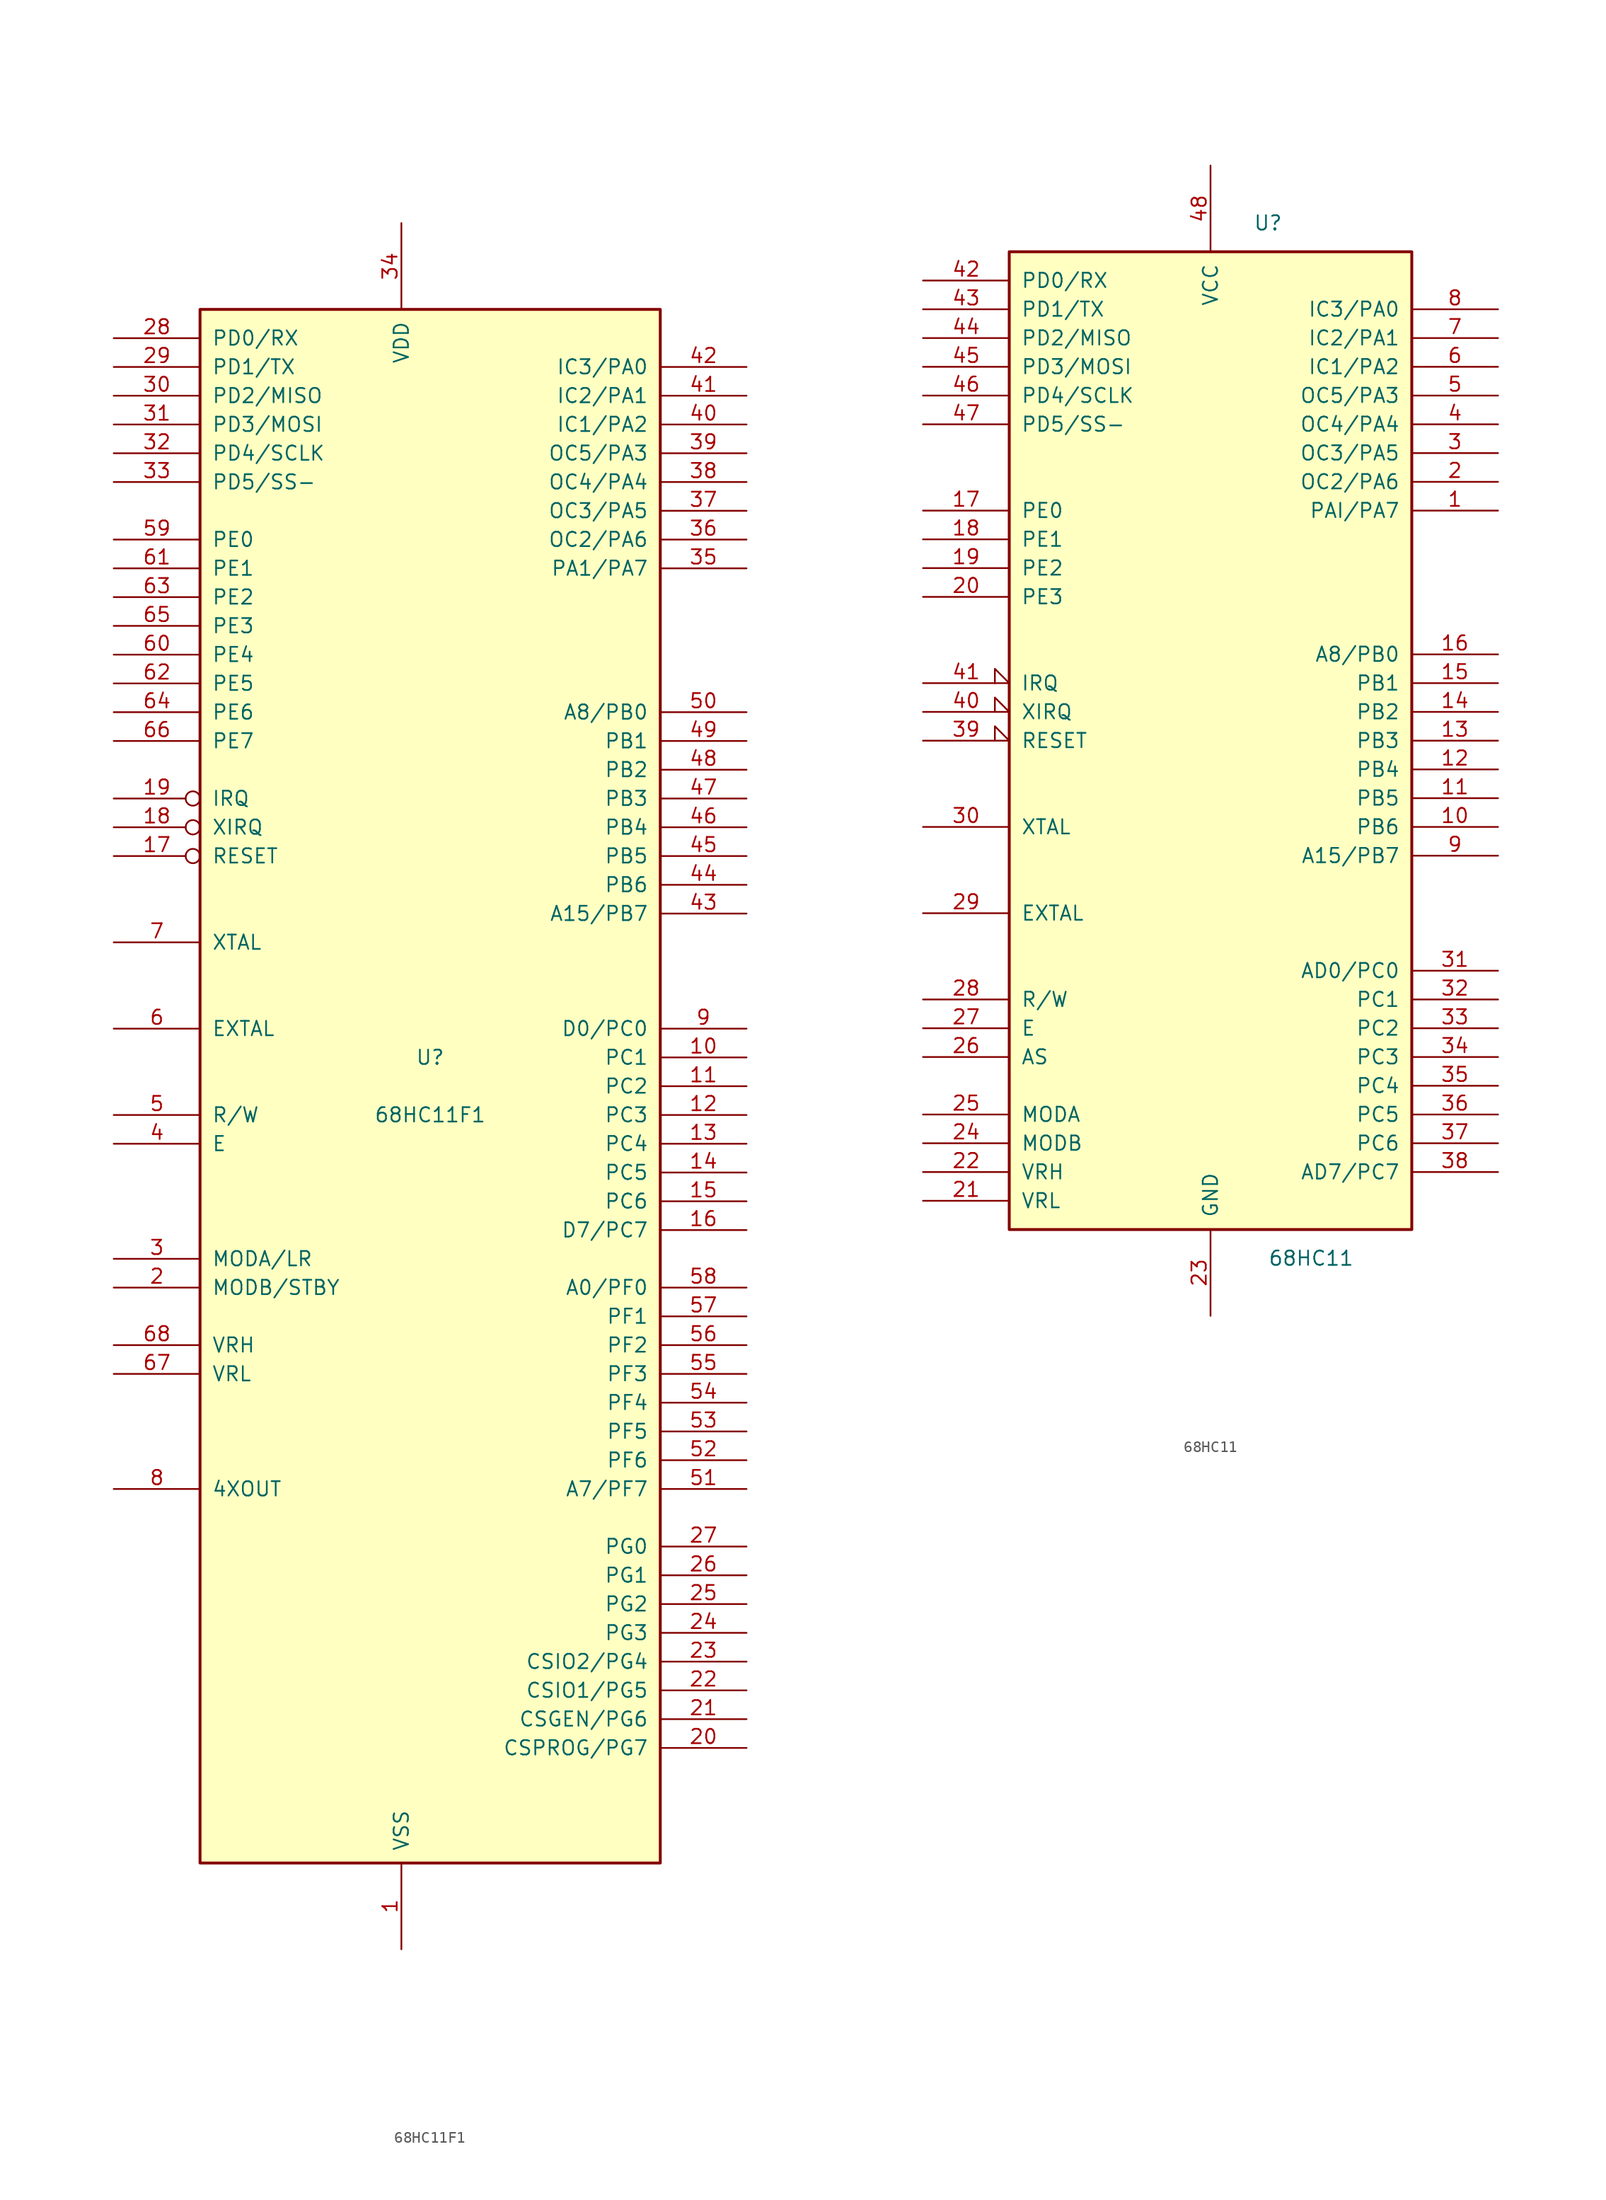
<source format=kicad_sym>
(kicad_symbol_lib
  (version 20201005)
  (generator kicad_symbol_editor)
  (symbol "MCU_NXP_HC11:68HC11F1"
    (pin_names
      (offset 1.016))
    (property "Reference" "U"
      (at 0 2.54 0)
      (effects (font (size 1.27 1.27))))
    (property "Value" "68HC11F1"
      (at 0 -2.54 0)
      (effects (font (size 1.27 1.27))))
    (symbol "68HC11F1_0_1"
      (rectangle (start -20.32 -68.58) (end 20.32 68.58) (stroke (width 0.254)) (fill (type background))))
    (symbol "68HC11F1_1_1"
      (pin power_in line (at -2.54 -76.2 90) (length 7.62) (name "VSS" (effects (font (size 1.27 1.27)))) (number "1" (effects (font (size 1.27 1.27)))))
      (pin bidirectional line (at 27.94 2.54 180) (length 7.62) (name "PC1" (effects (font (size 1.27 1.27)))) (number "10" (effects (font (size 1.27 1.27)))))
      (pin bidirectional line (at 27.94 0 180) (length 7.62) (name "PC2" (effects (font (size 1.27 1.27)))) (number "11" (effects (font (size 1.27 1.27)))))
      (pin input line (at 27.94 -2.54 180) (length 7.62) (name "PC3" (effects (font (size 1.27 1.27)))) (number "12" (effects (font (size 1.27 1.27)))))
      (pin bidirectional line (at 27.94 -5.08 180) (length 7.62) (name "PC4" (effects (font (size 1.27 1.27)))) (number "13" (effects (font (size 1.27 1.27)))))
      (pin bidirectional line (at 27.94 -7.62 180) (length 7.62) (name "PC5" (effects (font (size 1.27 1.27)))) (number "14" (effects (font (size 1.27 1.27)))))
      (pin bidirectional line (at 27.94 -10.16 180) (length 7.62) (name "PC6" (effects (font (size 1.27 1.27)))) (number "15" (effects (font (size 1.27 1.27)))))
      (pin bidirectional line (at 27.94 -12.7 180) (length 7.62) (name "D7/PC7" (effects (font (size 1.27 1.27)))) (number "16" (effects (font (size 1.27 1.27)))))
      (pin input inverted (at -27.94 20.32 0) (length 7.62) (name "RESET" (effects (font (size 1.27 1.27)))) (number "17" (effects (font (size 1.27 1.27)))))
      (pin input inverted (at -27.94 22.86 0) (length 7.62) (name "XIRQ" (effects (font (size 1.27 1.27)))) (number "18" (effects (font (size 1.27 1.27)))))
      (pin input inverted (at -27.94 25.4 0) (length 7.62) (name "IRQ" (effects (font (size 1.27 1.27)))) (number "19" (effects (font (size 1.27 1.27)))))
      (pin input line (at -27.94 -17.78 0) (length 7.62) (name "MODB/STBY" (effects (font (size 1.27 1.27)))) (number "2" (effects (font (size 1.27 1.27)))))
      (pin bidirectional line (at 27.94 -58.42 180) (length 7.62) (name "CSPROG/PG7" (effects (font (size 1.27 1.27)))) (number "20" (effects (font (size 1.27 1.27)))))
      (pin bidirectional line (at 27.94 -55.88 180) (length 7.62) (name "CSGEN/PG6" (effects (font (size 1.27 1.27)))) (number "21" (effects (font (size 1.27 1.27)))))
      (pin bidirectional line (at 27.94 -53.34 180) (length 7.62) (name "CSIO1/PG5" (effects (font (size 1.27 1.27)))) (number "22" (effects (font (size 1.27 1.27)))))
      (pin bidirectional line (at 27.94 -50.8 180) (length 7.62) (name "CSIO2/PG4" (effects (font (size 1.27 1.27)))) (number "23" (effects (font (size 1.27 1.27)))))
      (pin input line (at 27.94 -48.26 180) (length 7.62) (name "PG3" (effects (font (size 1.27 1.27)))) (number "24" (effects (font (size 1.27 1.27)))))
      (pin bidirectional line (at 27.94 -45.72 180) (length 7.62) (name "PG2" (effects (font (size 1.27 1.27)))) (number "25" (effects (font (size 1.27 1.27)))))
      (pin bidirectional line (at 27.94 -43.18 180) (length 7.62) (name "PG1" (effects (font (size 1.27 1.27)))) (number "26" (effects (font (size 1.27 1.27)))))
      (pin bidirectional line (at 27.94 -40.64 180) (length 7.62) (name "PG0" (effects (font (size 1.27 1.27)))) (number "27" (effects (font (size 1.27 1.27)))))
      (pin bidirectional line (at -27.94 66.04 0) (length 7.62) (name "PD0/RX" (effects (font (size 1.27 1.27)))) (number "28" (effects (font (size 1.27 1.27)))))
      (pin bidirectional line (at -27.94 63.5 0) (length 7.62) (name "PD1/TX" (effects (font (size 1.27 1.27)))) (number "29" (effects (font (size 1.27 1.27)))))
      (pin input line (at -27.94 -15.24 0) (length 7.62) (name "MODA/LR" (effects (font (size 1.27 1.27)))) (number "3" (effects (font (size 1.27 1.27)))))
      (pin bidirectional line (at -27.94 60.96 0) (length 7.62) (name "PD2/MISO" (effects (font (size 1.27 1.27)))) (number "30" (effects (font (size 1.27 1.27)))))
      (pin bidirectional line (at -27.94 58.42 0) (length 7.62) (name "PD3/MOSI" (effects (font (size 1.27 1.27)))) (number "31" (effects (font (size 1.27 1.27)))))
      (pin bidirectional line (at -27.94 55.88 0) (length 7.62) (name "PD4/SCLK" (effects (font (size 1.27 1.27)))) (number "32" (effects (font (size 1.27 1.27)))))
      (pin bidirectional line (at -27.94 53.34 0) (length 7.62) (name "PD5/SS-" (effects (font (size 1.27 1.27)))) (number "33" (effects (font (size 1.27 1.27)))))
      (pin power_in line (at -2.54 76.2 270) (length 7.62) (name "VDD" (effects (font (size 1.27 1.27)))) (number "34" (effects (font (size 1.27 1.27)))))
      (pin bidirectional line (at 27.94 45.72 180) (length 7.62) (name "PA1/PA7" (effects (font (size 1.27 1.27)))) (number "35" (effects (font (size 1.27 1.27)))))
      (pin bidirectional line (at 27.94 48.26 180) (length 7.62) (name "OC2/PA6" (effects (font (size 1.27 1.27)))) (number "36" (effects (font (size 1.27 1.27)))))
      (pin bidirectional line (at 27.94 50.8 180) (length 7.62) (name "OC3/PA5" (effects (font (size 1.27 1.27)))) (number "37" (effects (font (size 1.27 1.27)))))
      (pin output line (at 27.94 53.34 180) (length 7.62) (name "OC4/PA4" (effects (font (size 1.27 1.27)))) (number "38" (effects (font (size 1.27 1.27)))))
      (pin bidirectional line (at 27.94 55.88 180) (length 7.62) (name "OC5/PA3" (effects (font (size 1.27 1.27)))) (number "39" (effects (font (size 1.27 1.27)))))
      (pin output line (at -27.94 -5.08 0) (length 7.62) (name "E" (effects (font (size 1.27 1.27)))) (number "4" (effects (font (size 1.27 1.27)))))
      (pin bidirectional line (at 27.94 58.42 180) (length 7.62) (name "IC1/PA2" (effects (font (size 1.27 1.27)))) (number "40" (effects (font (size 1.27 1.27)))))
      (pin bidirectional line (at 27.94 60.96 180) (length 7.62) (name "IC2/PA1" (effects (font (size 1.27 1.27)))) (number "41" (effects (font (size 1.27 1.27)))))
      (pin bidirectional line (at 27.94 63.5 180) (length 7.62) (name "IC3/PA0" (effects (font (size 1.27 1.27)))) (number "42" (effects (font (size 1.27 1.27)))))
      (pin output line (at 27.94 15.24 180) (length 7.62) (name "A15/PB7" (effects (font (size 1.27 1.27)))) (number "43" (effects (font (size 1.27 1.27)))))
      (pin output line (at 27.94 17.78 180) (length 7.62) (name "PB6" (effects (font (size 1.27 1.27)))) (number "44" (effects (font (size 1.27 1.27)))))
      (pin output line (at 27.94 20.32 180) (length 7.62) (name "PB5" (effects (font (size 1.27 1.27)))) (number "45" (effects (font (size 1.27 1.27)))))
      (pin output line (at 27.94 22.86 180) (length 7.62) (name "PB4" (effects (font (size 1.27 1.27)))) (number "46" (effects (font (size 1.27 1.27)))))
      (pin output line (at 27.94 25.4 180) (length 7.62) (name "PB3" (effects (font (size 1.27 1.27)))) (number "47" (effects (font (size 1.27 1.27)))))
      (pin output line (at 27.94 27.94 180) (length 7.62) (name "PB2" (effects (font (size 1.27 1.27)))) (number "48" (effects (font (size 1.27 1.27)))))
      (pin tri_state line (at 27.94 30.48 180) (length 7.62) (name "PB1" (effects (font (size 1.27 1.27)))) (number "49" (effects (font (size 1.27 1.27)))))
      (pin output line (at -27.94 -2.54 0) (length 7.62) (name "R/W" (effects (font (size 1.27 1.27)))) (number "5" (effects (font (size 1.27 1.27)))))
      (pin tri_state line (at 27.94 33.02 180) (length 7.62) (name "A8/PB0" (effects (font (size 1.27 1.27)))) (number "50" (effects (font (size 1.27 1.27)))))
      (pin bidirectional line (at 27.94 -35.56 180) (length 7.62) (name "A7/PF7" (effects (font (size 1.27 1.27)))) (number "51" (effects (font (size 1.27 1.27)))))
      (pin bidirectional line (at 27.94 -33.02 180) (length 7.62) (name "PF6" (effects (font (size 1.27 1.27)))) (number "52" (effects (font (size 1.27 1.27)))))
      (pin bidirectional line (at 27.94 -30.48 180) (length 7.62) (name "PF5" (effects (font (size 1.27 1.27)))) (number "53" (effects (font (size 1.27 1.27)))))
      (pin bidirectional line (at 27.94 -27.94 180) (length 7.62) (name "PF4" (effects (font (size 1.27 1.27)))) (number "54" (effects (font (size 1.27 1.27)))))
      (pin bidirectional line (at 27.94 -25.4 180) (length 7.62) (name "PF3" (effects (font (size 1.27 1.27)))) (number "55" (effects (font (size 1.27 1.27)))))
      (pin bidirectional line (at 27.94 -22.86 180) (length 7.62) (name "PF2" (effects (font (size 1.27 1.27)))) (number "56" (effects (font (size 1.27 1.27)))))
      (pin bidirectional line (at 27.94 -20.32 180) (length 7.62) (name "PF1" (effects (font (size 1.27 1.27)))) (number "57" (effects (font (size 1.27 1.27)))))
      (pin bidirectional line (at 27.94 -17.78 180) (length 7.62) (name "A0/PF0" (effects (font (size 1.27 1.27)))) (number "58" (effects (font (size 1.27 1.27)))))
      (pin input line (at -27.94 48.26 0) (length 7.62) (name "PE0" (effects (font (size 1.27 1.27)))) (number "59" (effects (font (size 1.27 1.27)))))
      (pin input line (at -27.94 5.08 0) (length 7.62) (name "EXTAL" (effects (font (size 1.27 1.27)))) (number "6" (effects (font (size 1.27 1.27)))))
      (pin input line (at -27.94 38.1 0) (length 7.62) (name "PE4" (effects (font (size 1.27 1.27)))) (number "60" (effects (font (size 1.27 1.27)))))
      (pin input line (at -27.94 45.72 0) (length 7.62) (name "PE1" (effects (font (size 1.27 1.27)))) (number "61" (effects (font (size 1.27 1.27)))))
      (pin input line (at -27.94 35.56 0) (length 7.62) (name "PE5" (effects (font (size 1.27 1.27)))) (number "62" (effects (font (size 1.27 1.27)))))
      (pin input line (at -27.94 43.18 0) (length 7.62) (name "PE2" (effects (font (size 1.27 1.27)))) (number "63" (effects (font (size 1.27 1.27)))))
      (pin input line (at -27.94 33.02 0) (length 7.62) (name "PE6" (effects (font (size 1.27 1.27)))) (number "64" (effects (font (size 1.27 1.27)))))
      (pin input line (at -27.94 40.64 0) (length 7.62) (name "PE3" (effects (font (size 1.27 1.27)))) (number "65" (effects (font (size 1.27 1.27)))))
      (pin input line (at -27.94 30.48 0) (length 7.62) (name "PE7" (effects (font (size 1.27 1.27)))) (number "66" (effects (font (size 1.27 1.27)))))
      (pin passive line (at -27.94 -25.4 0) (length 7.62) (name "VRL" (effects (font (size 1.27 1.27)))) (number "67" (effects (font (size 1.27 1.27)))))
      (pin passive line (at -27.94 -22.86 0) (length 7.62) (name "VRH" (effects (font (size 1.27 1.27)))) (number "68" (effects (font (size 1.27 1.27)))))
      (pin output line (at -27.94 12.7 0) (length 7.62) (name "XTAL" (effects (font (size 1.27 1.27)))) (number "7" (effects (font (size 1.27 1.27)))))
      (pin output line (at -27.94 -35.56 0) (length 7.62) (name "4XOUT" (effects (font (size 1.27 1.27)))) (number "8" (effects (font (size 1.27 1.27)))))
      (pin bidirectional line (at 27.94 5.08 180) (length 7.62) (name "D0/PC0" (effects (font (size 1.27 1.27)))) (number "9" (effects (font (size 1.27 1.27)))))))
  (symbol "MCU_NXP_HC11:68HC11"
    (pin_names
      (offset 1.016))
    (property "Reference" "U"
      (at 5.08 45.72 0)
      (effects (font (size 1.27 1.27))))
    (property "Value" "68HC11"
      (at 8.89 -45.72 0)
      (effects (font (size 1.27 1.27))))
    (symbol "68HC11_0_1"
      (rectangle (start -17.78 -43.18) (end 17.78 43.18) (stroke (width 0.254)) (fill (type background))))
    (symbol "68HC11_1_1"
      (pin input line (at 25.4 20.32 180) (length 7.62) (name "PAI/PA7" (effects (font (size 1.27 1.27)))) (number "1" (effects (font (size 1.27 1.27)))))
      (pin output line (at 25.4 -7.62 180) (length 7.62) (name "PB6" (effects (font (size 1.27 1.27)))) (number "10" (effects (font (size 1.27 1.27)))))
      (pin output line (at 25.4 -5.08 180) (length 7.62) (name "PB5" (effects (font (size 1.27 1.27)))) (number "11" (effects (font (size 1.27 1.27)))))
      (pin output line (at 25.4 -2.54 180) (length 7.62) (name "PB4" (effects (font (size 1.27 1.27)))) (number "12" (effects (font (size 1.27 1.27)))))
      (pin output line (at 25.4 0 180) (length 7.62) (name "PB3" (effects (font (size 1.27 1.27)))) (number "13" (effects (font (size 1.27 1.27)))))
      (pin output line (at 25.4 2.54 180) (length 7.62) (name "PB2" (effects (font (size 1.27 1.27)))) (number "14" (effects (font (size 1.27 1.27)))))
      (pin output line (at 25.4 5.08 180) (length 7.62) (name "PB1" (effects (font (size 1.27 1.27)))) (number "15" (effects (font (size 1.27 1.27)))))
      (pin output line (at 25.4 7.62 180) (length 7.62) (name "A8/PB0" (effects (font (size 1.27 1.27)))) (number "16" (effects (font (size 1.27 1.27)))))
      (pin input line (at -25.4 20.32 0) (length 7.62) (name "PE0" (effects (font (size 1.27 1.27)))) (number "17" (effects (font (size 1.27 1.27)))))
      (pin input line (at -25.4 17.78 0) (length 7.62) (name "PE1" (effects (font (size 1.27 1.27)))) (number "18" (effects (font (size 1.27 1.27)))))
      (pin input line (at -25.4 15.24 0) (length 7.62) (name "PE2" (effects (font (size 1.27 1.27)))) (number "19" (effects (font (size 1.27 1.27)))))
      (pin output line (at 25.4 22.86 180) (length 7.62) (name "OC2/PA6" (effects (font (size 1.27 1.27)))) (number "2" (effects (font (size 1.27 1.27)))))
      (pin input line (at -25.4 12.7 0) (length 7.62) (name "PE3" (effects (font (size 1.27 1.27)))) (number "20" (effects (font (size 1.27 1.27)))))
      (pin passive line (at -25.4 -40.64 0) (length 7.62) (name "VRL" (effects (font (size 1.27 1.27)))) (number "21" (effects (font (size 1.27 1.27)))))
      (pin passive line (at -25.4 -38.1 0) (length 7.62) (name "VRH" (effects (font (size 1.27 1.27)))) (number "22" (effects (font (size 1.27 1.27)))))
      (pin power_in line (at 0 -50.8 90) (length 7.62) (name "GND" (effects (font (size 1.27 1.27)))) (number "23" (effects (font (size 1.27 1.27)))))
      (pin input line (at -25.4 -35.56 0) (length 7.62) (name "MODB" (effects (font (size 1.27 1.27)))) (number "24" (effects (font (size 1.27 1.27)))))
      (pin input line (at -25.4 -33.02 0) (length 7.62) (name "MODA" (effects (font (size 1.27 1.27)))) (number "25" (effects (font (size 1.27 1.27)))))
      (pin output line (at -25.4 -27.94 0) (length 7.62) (name "AS" (effects (font (size 1.27 1.27)))) (number "26" (effects (font (size 1.27 1.27)))))
      (pin output line (at -25.4 -25.4 0) (length 7.62) (name "E" (effects (font (size 1.27 1.27)))) (number "27" (effects (font (size 1.27 1.27)))))
      (pin output line (at -25.4 -22.86 0) (length 7.62) (name "R/W" (effects (font (size 1.27 1.27)))) (number "28" (effects (font (size 1.27 1.27)))))
      (pin input line (at -25.4 -15.24 0) (length 7.62) (name "EXTAL" (effects (font (size 1.27 1.27)))) (number "29" (effects (font (size 1.27 1.27)))))
      (pin output line (at 25.4 25.4 180) (length 7.62) (name "OC3/PA5" (effects (font (size 1.27 1.27)))) (number "3" (effects (font (size 1.27 1.27)))))
      (pin output line (at -25.4 -7.62 0) (length 7.62) (name "XTAL" (effects (font (size 1.27 1.27)))) (number "30" (effects (font (size 1.27 1.27)))))
      (pin tri_state line (at 25.4 -20.32 180) (length 7.62) (name "AD0/PC0" (effects (font (size 1.27 1.27)))) (number "31" (effects (font (size 1.27 1.27)))))
      (pin tri_state line (at 25.4 -22.86 180) (length 7.62) (name "PC1" (effects (font (size 1.27 1.27)))) (number "32" (effects (font (size 1.27 1.27)))))
      (pin tri_state line (at 25.4 -25.4 180) (length 7.62) (name "PC2" (effects (font (size 1.27 1.27)))) (number "33" (effects (font (size 1.27 1.27)))))
      (pin tri_state line (at 25.4 -27.94 180) (length 7.62) (name "PC3" (effects (font (size 1.27 1.27)))) (number "34" (effects (font (size 1.27 1.27)))))
      (pin tri_state line (at 25.4 -30.48 180) (length 7.62) (name "PC4" (effects (font (size 1.27 1.27)))) (number "35" (effects (font (size 1.27 1.27)))))
      (pin tri_state line (at 25.4 -33.02 180) (length 7.62) (name "PC5" (effects (font (size 1.27 1.27)))) (number "36" (effects (font (size 1.27 1.27)))))
      (pin tri_state line (at 25.4 -35.56 180) (length 7.62) (name "PC6" (effects (font (size 1.27 1.27)))) (number "37" (effects (font (size 1.27 1.27)))))
      (pin tri_state line (at 25.4 -38.1 180) (length 7.62) (name "AD7/PC7" (effects (font (size 1.27 1.27)))) (number "38" (effects (font (size 1.27 1.27)))))
      (pin input input_low (at -25.4 0 0) (length 7.62) (name "RESET" (effects (font (size 1.27 1.27)))) (number "39" (effects (font (size 1.27 1.27)))))
      (pin output line (at 25.4 27.94 180) (length 7.62) (name "OC4/PA4" (effects (font (size 1.27 1.27)))) (number "4" (effects (font (size 1.27 1.27)))))
      (pin input input_low (at -25.4 2.54 0) (length 7.62) (name "XIRQ" (effects (font (size 1.27 1.27)))) (number "40" (effects (font (size 1.27 1.27)))))
      (pin input input_low (at -25.4 5.08 0) (length 7.62) (name "IRQ" (effects (font (size 1.27 1.27)))) (number "41" (effects (font (size 1.27 1.27)))))
      (pin input line (at -25.4 40.64 0) (length 7.62) (name "PD0/RX" (effects (font (size 1.27 1.27)))) (number "42" (effects (font (size 1.27 1.27)))))
      (pin input line (at -25.4 38.1 0) (length 7.62) (name "PD1/TX" (effects (font (size 1.27 1.27)))) (number "43" (effects (font (size 1.27 1.27)))))
      (pin input line (at -25.4 35.56 0) (length 7.62) (name "PD2/MISO" (effects (font (size 1.27 1.27)))) (number "44" (effects (font (size 1.27 1.27)))))
      (pin input line (at -25.4 33.02 0) (length 7.62) (name "PD3/MOSI" (effects (font (size 1.27 1.27)))) (number "45" (effects (font (size 1.27 1.27)))))
      (pin input line (at -25.4 30.48 0) (length 7.62) (name "PD4/SCLK" (effects (font (size 1.27 1.27)))) (number "46" (effects (font (size 1.27 1.27)))))
      (pin input line (at -25.4 27.94 0) (length 7.62) (name "PD5/SS-" (effects (font (size 1.27 1.27)))) (number "47" (effects (font (size 1.27 1.27)))))
      (pin power_in line (at 0 50.8 270) (length 7.62) (name "VCC" (effects (font (size 1.27 1.27)))) (number "48" (effects (font (size 1.27 1.27)))))
      (pin output line (at 25.4 30.48 180) (length 7.62) (name "OC5/PA3" (effects (font (size 1.27 1.27)))) (number "5" (effects (font (size 1.27 1.27)))))
      (pin input line (at 25.4 33.02 180) (length 7.62) (name "IC1/PA2" (effects (font (size 1.27 1.27)))) (number "6" (effects (font (size 1.27 1.27)))))
      (pin input line (at 25.4 35.56 180) (length 7.62) (name "IC2/PA1" (effects (font (size 1.27 1.27)))) (number "7" (effects (font (size 1.27 1.27)))))
      (pin input line (at 25.4 38.1 180) (length 7.62) (name "IC3/PA0" (effects (font (size 1.27 1.27)))) (number "8" (effects (font (size 1.27 1.27)))))
      (pin output line (at 25.4 -10.16 180) (length 7.62) (name "A15/PB7" (effects (font (size 1.27 1.27)))) (number "9" (effects (font (size 1.27 1.27))))))))
</source>
